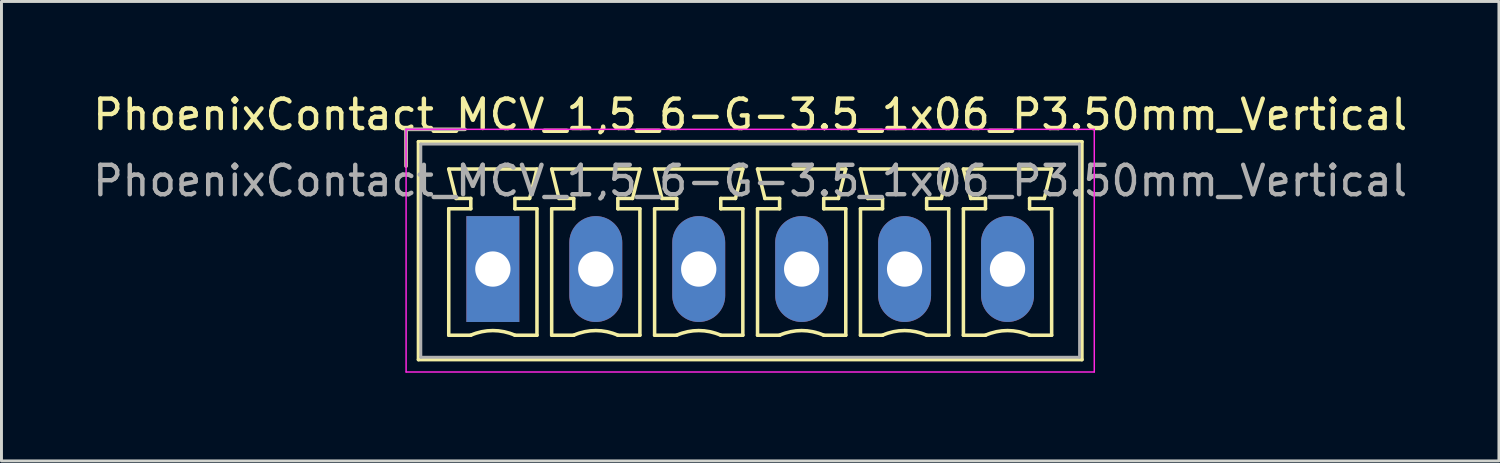
<source format=kicad_pcb>
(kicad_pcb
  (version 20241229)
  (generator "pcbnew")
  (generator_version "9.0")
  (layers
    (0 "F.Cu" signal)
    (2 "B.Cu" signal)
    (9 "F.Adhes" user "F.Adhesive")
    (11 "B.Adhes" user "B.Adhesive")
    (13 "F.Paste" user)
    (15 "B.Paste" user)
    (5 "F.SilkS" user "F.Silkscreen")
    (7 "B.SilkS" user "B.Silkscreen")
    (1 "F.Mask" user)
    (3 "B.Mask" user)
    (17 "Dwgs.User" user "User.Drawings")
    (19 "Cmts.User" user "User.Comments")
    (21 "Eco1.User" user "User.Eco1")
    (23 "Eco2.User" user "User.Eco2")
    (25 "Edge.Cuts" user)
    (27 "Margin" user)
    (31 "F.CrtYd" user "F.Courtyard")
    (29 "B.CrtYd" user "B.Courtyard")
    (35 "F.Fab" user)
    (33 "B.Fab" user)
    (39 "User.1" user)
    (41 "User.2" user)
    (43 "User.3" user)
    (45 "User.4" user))
  (footprint "PhoenixContact_MCV_1,5_6-G-3.5_1x06_P3.50mm_Vertical"
    (layer "F.Cu")
    (at 13.708 6.098)
    (property "Reference" "PhoenixContact_MCV_1,5_6-G-3.5_1x06_P3.50mm_Vertical" (at 8.75 -5.25 0) (layer "F.SilkS") (effects (font (size 1 1) (thickness 0.15))))
    (attr through_hole)
    (fp_line (start -2.95 -4.75) (end -0.95 -4.75) (stroke (width 0.12) (type solid)) (layer "F.SilkS"))
    (fp_line (start -2.95 -3.5) (end -2.95 -4.75) (stroke (width 0.12) (type solid)) (layer "F.SilkS"))
    (fp_line (start -2.53 -4.33) (end -2.53 3.08) (stroke (width 0.12) (type solid)) (layer "F.SilkS"))
    (fp_line (start -2.53 3.08) (end 20.03 3.08) (stroke (width 0.12) (type solid)) (layer "F.SilkS"))
    (fp_line (start -1.5 -3.4) (end 1.5 -3.4) (stroke (width 0.12) (type solid)) (layer "F.SilkS"))
    (fp_line (start -1.5 -2.05) (end -0.75 -2.05) (stroke (width 0.12) (type solid)) (layer "F.SilkS"))
    (fp_line (start -1.5 2.25) (end -1.5 -2.05) (stroke (width 0.12) (type solid)) (layer "F.SilkS"))
    (fp_line (start -1.25 -2.4) (end -1.5 -3.4) (stroke (width 0.12) (type solid)) (layer "F.SilkS"))
    (fp_line (start -0.75 -2.4) (end -1.25 -2.4) (stroke (width 0.12) (type solid)) (layer "F.SilkS"))
    (fp_line (start -0.75 -2.05) (end -0.75 -2.4) (stroke (width 0.12) (type solid)) (layer "F.SilkS"))
    (fp_line (start -0.75 2.25) (end -1.5 2.25) (stroke (width 0.12) (type solid)) (layer "F.SilkS"))
    (fp_line (start 0.75 -2.4) (end 0.75 -2.05) (stroke (width 0.12) (type solid)) (layer "F.SilkS"))
    (fp_line (start 0.75 -2.05) (end 1.5 -2.05) (stroke (width 0.12) (type solid)) (layer "F.SilkS"))
    (fp_line (start 1.25 -2.4) (end 0.75 -2.4) (stroke (width 0.12) (type solid)) (layer "F.SilkS"))
    (fp_line (start 1.5 -3.4) (end 1.25 -2.4) (stroke (width 0.12) (type solid)) (layer "F.SilkS"))
    (fp_line (start 1.5 -2.05) (end 1.5 2.25) (stroke (width 0.12) (type solid)) (layer "F.SilkS"))
    (fp_line (start 1.5 2.25) (end 0.75 2.25) (stroke (width 0.12) (type solid)) (layer "F.SilkS"))
    (fp_line (start 2 -3.4) (end 5 -3.4) (stroke (width 0.12) (type solid)) (layer "F.SilkS"))
    (fp_line (start 2 -2.05) (end 2.75 -2.05) (stroke (width 0.12) (type solid)) (layer "F.SilkS"))
    (fp_line (start 2 2.25) (end 2 -2.05) (stroke (width 0.12) (type solid)) (layer "F.SilkS"))
    (fp_line (start 2.25 -2.4) (end 2 -3.4) (stroke (width 0.12) (type solid)) (layer "F.SilkS"))
    (fp_line (start 2.75 -2.4) (end 2.25 -2.4) (stroke (width 0.12) (type solid)) (layer "F.SilkS"))
    (fp_line (start 2.75 -2.05) (end 2.75 -2.4) (stroke (width 0.12) (type solid)) (layer "F.SilkS"))
    (fp_line (start 2.75 2.25) (end 2 2.25) (stroke (width 0.12) (type solid)) (layer "F.SilkS"))
    (fp_line (start 4.25 -2.4) (end 4.25 -2.05) (stroke (width 0.12) (type solid)) (layer "F.SilkS"))
    (fp_line (start 4.25 -2.05) (end 5 -2.05) (stroke (width 0.12) (type solid)) (layer "F.SilkS"))
    (fp_line (start 4.75 -2.4) (end 4.25 -2.4) (stroke (width 0.12) (type solid)) (layer "F.SilkS"))
    (fp_line (start 5 -3.4) (end 4.75 -2.4) (stroke (width 0.12) (type solid)) (layer "F.SilkS"))
    (fp_line (start 5 -2.05) (end 5 2.25) (stroke (width 0.12) (type solid)) (layer "F.SilkS"))
    (fp_line (start 5 2.25) (end 4.25 2.25) (stroke (width 0.12) (type solid)) (layer "F.SilkS"))
    (fp_line (start 5.5 -3.4) (end 8.5 -3.4) (stroke (width 0.12) (type solid)) (layer "F.SilkS"))
    (fp_line (start 5.5 -2.05) (end 6.25 -2.05) (stroke (width 0.12) (type solid)) (layer "F.SilkS"))
    (fp_line (start 5.5 2.25) (end 5.5 -2.05) (stroke (width 0.12) (type solid)) (layer "F.SilkS"))
    (fp_line (start 5.75 -2.4) (end 5.5 -3.4) (stroke (width 0.12) (type solid)) (layer "F.SilkS"))
    (fp_line (start 6.25 -2.4) (end 5.75 -2.4) (stroke (width 0.12) (type solid)) (layer "F.SilkS"))
    (fp_line (start 6.25 -2.05) (end 6.25 -2.4) (stroke (width 0.12) (type solid)) (layer "F.SilkS"))
    (fp_line (start 6.25 2.25) (end 5.5 2.25) (stroke (width 0.12) (type solid)) (layer "F.SilkS"))
    (fp_line (start 7.75 -2.4) (end 7.75 -2.05) (stroke (width 0.12) (type solid)) (layer "F.SilkS"))
    (fp_line (start 7.75 -2.05) (end 8.5 -2.05) (stroke (width 0.12) (type solid)) (layer "F.SilkS"))
    (fp_line (start 8.25 -2.4) (end 7.75 -2.4) (stroke (width 0.12) (type solid)) (layer "F.SilkS"))
    (fp_line (start 8.5 -3.4) (end 8.25 -2.4) (stroke (width 0.12) (type solid)) (layer "F.SilkS"))
    (fp_line (start 8.5 -2.05) (end 8.5 2.25) (stroke (width 0.12) (type solid)) (layer "F.SilkS"))
    (fp_line (start 8.5 2.25) (end 7.75 2.25) (stroke (width 0.12) (type solid)) (layer "F.SilkS"))
    (fp_line (start 9 -3.4) (end 12 -3.4) (stroke (width 0.12) (type solid)) (layer "F.SilkS"))
    (fp_line (start 9 -2.05) (end 9.75 -2.05) (stroke (width 0.12) (type solid)) (layer "F.SilkS"))
    (fp_line (start 9 2.25) (end 9 -2.05) (stroke (width 0.12) (type solid)) (layer "F.SilkS"))
    (fp_line (start 9.25 -2.4) (end 9 -3.4) (stroke (width 0.12) (type solid)) (layer "F.SilkS"))
    (fp_line (start 9.75 -2.4) (end 9.25 -2.4) (stroke (width 0.12) (type solid)) (layer "F.SilkS"))
    (fp_line (start 9.75 -2.05) (end 9.75 -2.4) (stroke (width 0.12) (type solid)) (layer "F.SilkS"))
    (fp_line (start 9.75 2.25) (end 9 2.25) (stroke (width 0.12) (type solid)) (layer "F.SilkS"))
    (fp_line (start 11.25 -2.4) (end 11.25 -2.05) (stroke (width 0.12) (type solid)) (layer "F.SilkS"))
    (fp_line (start 11.25 -2.05) (end 12 -2.05) (stroke (width 0.12) (type solid)) (layer "F.SilkS"))
    (fp_line (start 11.75 -2.4) (end 11.25 -2.4) (stroke (width 0.12) (type solid)) (layer "F.SilkS"))
    (fp_line (start 12 -3.4) (end 11.75 -2.4) (stroke (width 0.12) (type solid)) (layer "F.SilkS"))
    (fp_line (start 12 -2.05) (end 12 2.25) (stroke (width 0.12) (type solid)) (layer "F.SilkS"))
    (fp_line (start 12 2.25) (end 11.25 2.25) (stroke (width 0.12) (type solid)) (layer "F.SilkS"))
    (fp_line (start 12.5 -3.4) (end 15.5 -3.4) (stroke (width 0.12) (type solid)) (layer "F.SilkS"))
    (fp_line (start 12.5 -2.05) (end 13.25 -2.05) (stroke (width 0.12) (type solid)) (layer "F.SilkS"))
    (fp_line (start 12.5 2.25) (end 12.5 -2.05) (stroke (width 0.12) (type solid)) (layer "F.SilkS"))
    (fp_line (start 12.75 -2.4) (end 12.5 -3.4) (stroke (width 0.12) (type solid)) (layer "F.SilkS"))
    (fp_line (start 13.25 -2.4) (end 12.75 -2.4) (stroke (width 0.12) (type solid)) (layer "F.SilkS"))
    (fp_line (start 13.25 -2.05) (end 13.25 -2.4) (stroke (width 0.12) (type solid)) (layer "F.SilkS"))
    (fp_line (start 13.25 2.25) (end 12.5 2.25) (stroke (width 0.12) (type solid)) (layer "F.SilkS"))
    (fp_line (start 14.75 -2.4) (end 14.75 -2.05) (stroke (width 0.12) (type solid)) (layer "F.SilkS"))
    (fp_line (start 14.75 -2.05) (end 15.5 -2.05) (stroke (width 0.12) (type solid)) (layer "F.SilkS"))
    (fp_line (start 15.25 -2.4) (end 14.75 -2.4) (stroke (width 0.12) (type solid)) (layer "F.SilkS"))
    (fp_line (start 15.5 -3.4) (end 15.25 -2.4) (stroke (width 0.12) (type solid)) (layer "F.SilkS"))
    (fp_line (start 15.5 -2.05) (end 15.5 2.25) (stroke (width 0.12) (type solid)) (layer "F.SilkS"))
    (fp_line (start 15.5 2.25) (end 14.75 2.25) (stroke (width 0.12) (type solid)) (layer "F.SilkS"))
    (fp_line (start 16 -3.4) (end 19 -3.4) (stroke (width 0.12) (type solid)) (layer "F.SilkS"))
    (fp_line (start 16 -2.05) (end 16.75 -2.05) (stroke (width 0.12) (type solid)) (layer "F.SilkS"))
    (fp_line (start 16 2.25) (end 16 -2.05) (stroke (width 0.12) (type solid)) (layer "F.SilkS"))
    (fp_line (start 16.25 -2.4) (end 16 -3.4) (stroke (width 0.12) (type solid)) (layer "F.SilkS"))
    (fp_line (start 16.75 -2.4) (end 16.25 -2.4) (stroke (width 0.12) (type solid)) (layer "F.SilkS"))
    (fp_line (start 16.75 -2.05) (end 16.75 -2.4) (stroke (width 0.12) (type solid)) (layer "F.SilkS"))
    (fp_line (start 16.75 2.25) (end 16 2.25) (stroke (width 0.12) (type solid)) (layer "F.SilkS"))
    (fp_line (start 18.25 -2.4) (end 18.25 -2.05) (stroke (width 0.12) (type solid)) (layer "F.SilkS"))
    (fp_line (start 18.25 -2.05) (end 19 -2.05) (stroke (width 0.12) (type solid)) (layer "F.SilkS"))
    (fp_line (start 18.75 -2.4) (end 18.25 -2.4) (stroke (width 0.12) (type solid)) (layer "F.SilkS"))
    (fp_line (start 19 -3.4) (end 18.75 -2.4) (stroke (width 0.12) (type solid)) (layer "F.SilkS"))
    (fp_line (start 19 -2.05) (end 19 2.25) (stroke (width 0.12) (type solid)) (layer "F.SilkS"))
    (fp_line (start 19 2.25) (end 18.25 2.25) (stroke (width 0.12) (type solid)) (layer "F.SilkS"))
    (fp_line (start 20.03 -4.33) (end -2.53 -4.33) (stroke (width 0.12) (type solid)) (layer "F.SilkS"))
    (fp_line (start 20.03 3.08) (end 20.03 -4.33) (stroke (width 0.12) (type solid)) (layer "F.SilkS"))
    (fp_arc (start -0.75 2.25) (mid -0.000193 2.09191) (end 0.749647 2.249844) (stroke (width 0.12) (type solid)) (layer "F.SilkS"))
    (fp_arc (start 2.75 2.25) (mid 3.499807 2.09191) (end 4.249647 2.249844) (stroke (width 0.12) (type solid)) (layer "F.SilkS"))
    (fp_arc (start 6.25 2.25) (mid 6.999807 2.09191) (end 7.749647 2.249844) (stroke (width 0.12) (type solid)) (layer "F.SilkS"))
    (fp_arc (start 9.75 2.25) (mid 10.499807 2.09191) (end 11.249647 2.249844) (stroke (width 0.12) (type solid)) (layer "F.SilkS"))
    (fp_arc (start 13.25 2.25) (mid 13.999807 2.09191) (end 14.749647 2.249844) (stroke (width 0.12) (type solid)) (layer "F.SilkS"))
    (fp_arc (start 16.75 2.25) (mid 17.499807 2.09191) (end 18.249647 2.249844) (stroke (width 0.12) (type solid)) (layer "F.SilkS"))
    (fp_line (start -2.95 -4.75) (end -2.95 3.5) (stroke (width 0.05) (type solid)) (layer "F.CrtYd"))
    (fp_line (start -2.95 3.5) (end 20.45 3.5) (stroke (width 0.05) (type solid)) (layer "F.CrtYd"))
    (fp_line (start 20.45 -4.75) (end -2.95 -4.75) (stroke (width 0.05) (type solid)) (layer "F.CrtYd"))
    (fp_line (start 20.45 3.5) (end 20.45 -4.75) (stroke (width 0.05) (type solid)) (layer "F.CrtYd"))
    (fp_line (start -2.95 -4.75) (end -0.95 -4.75) (stroke (width 0.1) (type solid)) (layer "F.Fab"))
    (fp_line (start -2.95 -3.5) (end -2.95 -4.75) (stroke (width 0.1) (type solid)) (layer "F.Fab"))
    (fp_line (start -2.45 -4.25) (end -2.45 3) (stroke (width 0.1) (type solid)) (layer "F.Fab"))
    (fp_line (start -2.45 3) (end 19.95 3) (stroke (width 0.1) (type solid)) (layer "F.Fab"))
    (fp_line (start 19.95 -4.25) (end -2.45 -4.25) (stroke (width 0.1) (type solid)) (layer "F.Fab"))
    (fp_line (start 19.95 3) (end 19.95 -4.25) (stroke (width 0.1) (type solid)) (layer "F.Fab"))
    (fp_text user "${REFERENCE}" (at 8.75 -3 0) (layer "F.Fab") (effects (font (size 1 1) (thickness 0.15))))
    (pad "1" thru_hole rect (at 0 0) (size 1.8 3.6) (drill 1.2) (layers "*.Cu" "*.Mask"))
    (pad "2" thru_hole oval (at 3.5 0) (size 1.8 3.6) (drill 1.2) (layers "*.Cu" "*.Mask"))
    (pad "3" thru_hole oval (at 7 0) (size 1.8 3.6) (drill 1.2) (layers "*.Cu" "*.Mask"))
    (pad "4" thru_hole oval (at 10.5 0) (size 1.8 3.6) (drill 1.2) (layers "*.Cu" "*.Mask"))
    (pad "5" thru_hole oval (at 14 0) (size 1.8 3.6) (drill 1.2) (layers "*.Cu" "*.Mask"))
    (pad "6" thru_hole oval (at 17.5 0) (size 1.8 3.6) (drill 1.2) (layers "*.Cu" "*.Mask")))
  (gr_rect
    (start -3 -3)
    (end 47.917 12.623)
    (stroke (width 0.1) (type default))
    (fill no)
    (layer "Edge.Cuts")))
</source>
